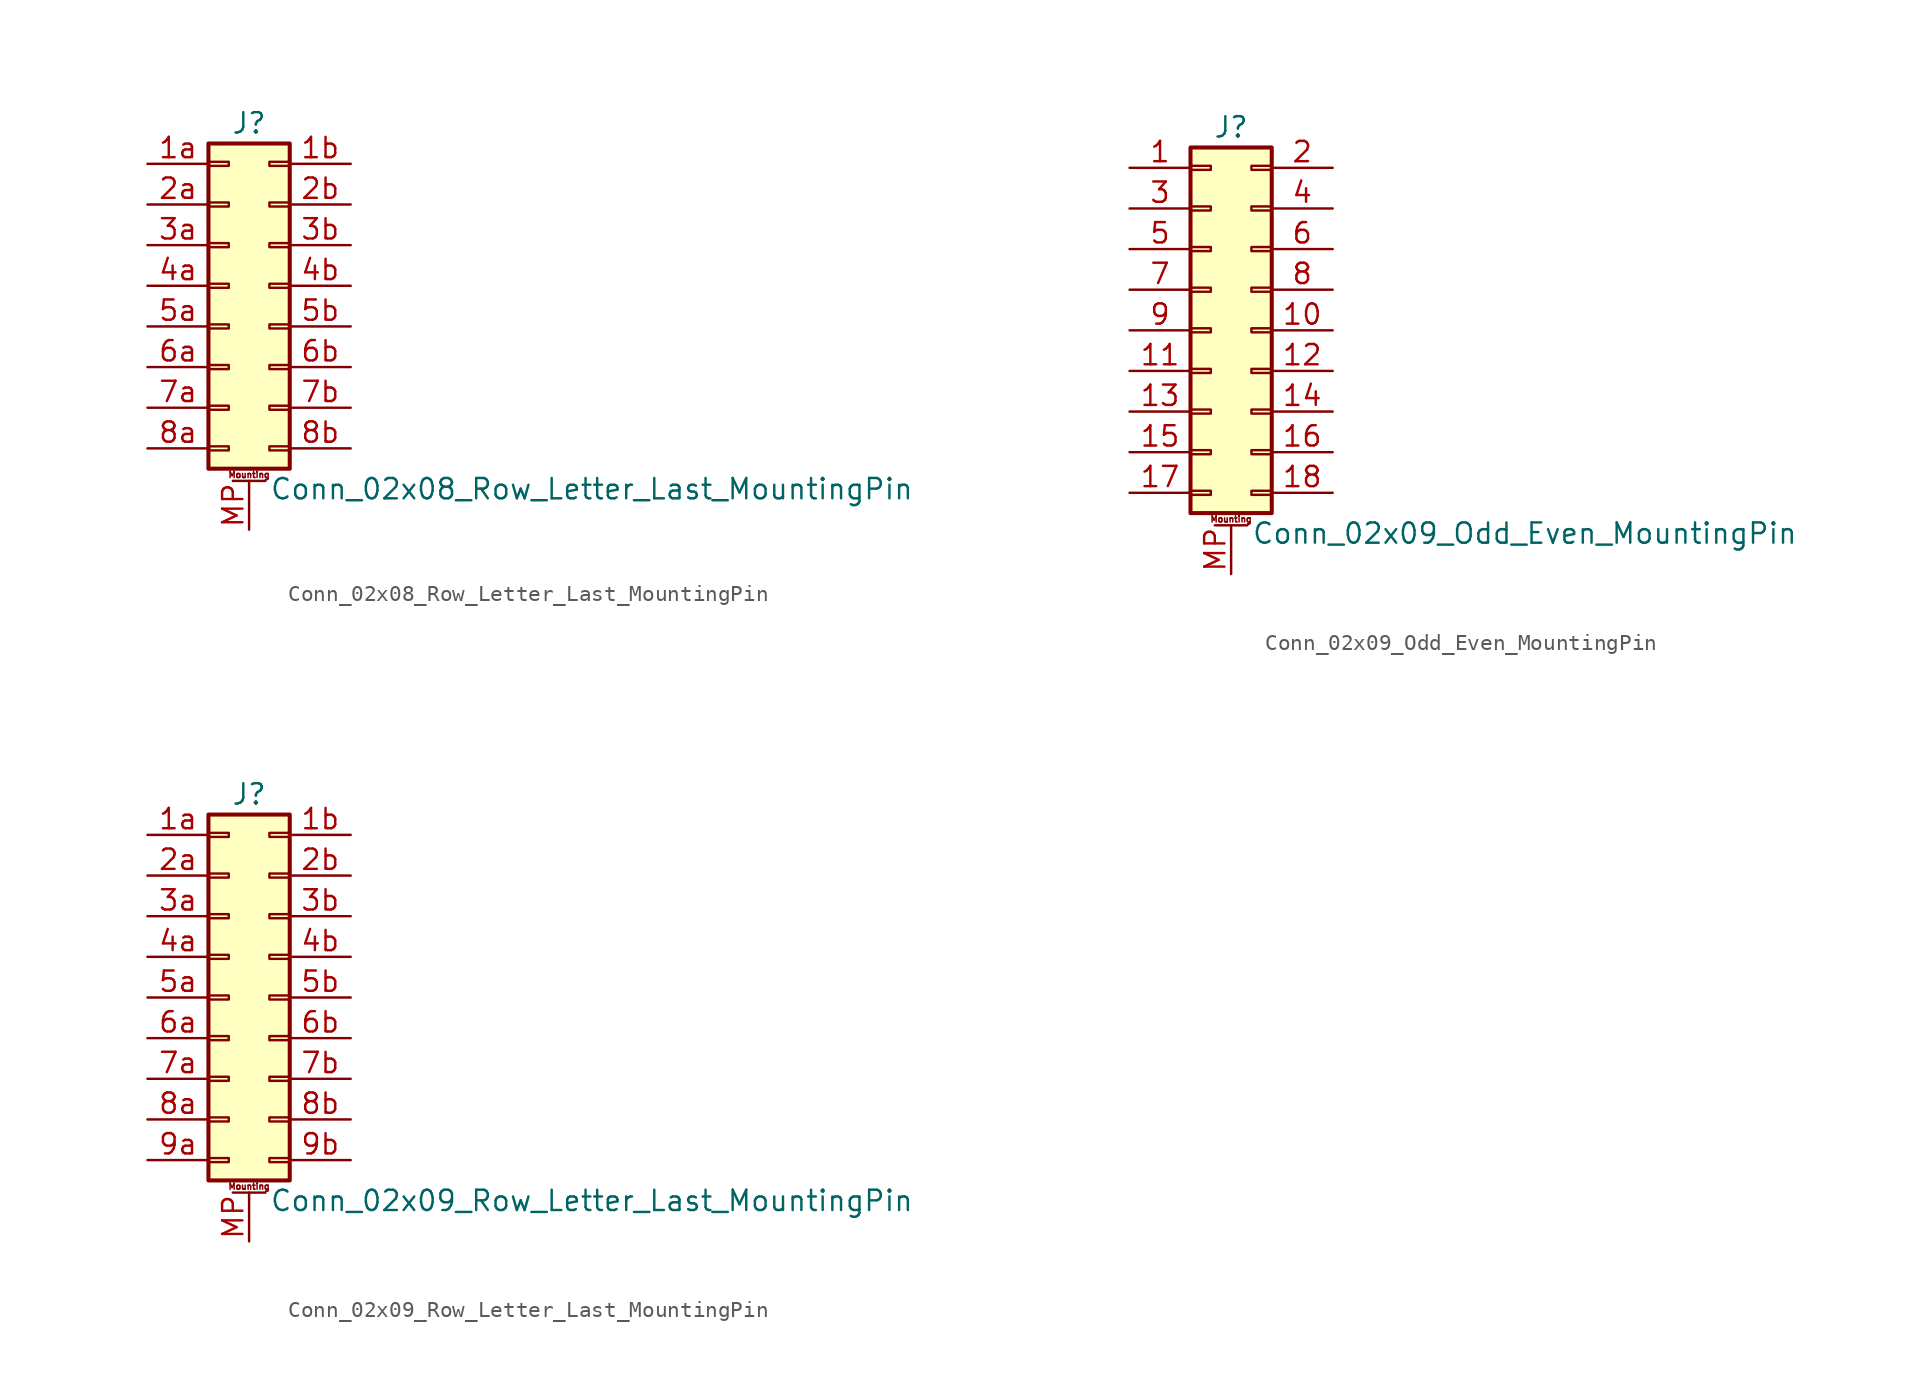
<source format=kicad_sym>
(kicad_symbol_lib
  (version 20201005)
  (generator kicad_symbol_editor)
  (symbol "Conn_02x08_Row_Letter_Last_MountingPin"
    (pin_names
      (offset 1.016) hide)
    (property "Reference" "J"
      (at 1.27 10.16 0)
      (effects (font (size 1.27 1.27))))
    (property "Value" "Conn_02x08_Row_Letter_Last_MountingPin"
      (at 2.54 -12.7 0)
      (effects (font (size 1.27 1.27)) (justify left)))
    (symbol "Conn_02x08_Row_Letter_Last_MountingPin_1_1"
      (text "Mounting" (at 1.27 -11.811 0) (effects (font (size 0.381 0.381))))
      (rectangle (start -1.27 -10.033) (end 0 -10.287) (stroke (width 0.152)) (fill (type none)))
      (rectangle (start -1.27 -7.493) (end 0 -7.747) (stroke (width 0.152)) (fill (type none)))
      (rectangle (start -1.27 -4.953) (end 0 -5.207) (stroke (width 0.152)) (fill (type none)))
      (rectangle (start -1.27 -2.413) (end 0 -2.667) (stroke (width 0.152)) (fill (type none)))
      (rectangle (start -1.27 0.127) (end 0 -0.127) (stroke (width 0.152)) (fill (type none)))
      (rectangle (start -1.27 2.667) (end 0 2.413) (stroke (width 0.152)) (fill (type none)))
      (rectangle (start -1.27 5.207) (end 0 4.953) (stroke (width 0.152)) (fill (type none)))
      (rectangle (start -1.27 7.747) (end 0 7.493) (stroke (width 0.152)) (fill (type none)))
      (rectangle (start 3.81 -10.033) (end 2.54 -10.287) (stroke (width 0.152)) (fill (type none)))
      (rectangle (start 3.81 -7.493) (end 2.54 -7.747) (stroke (width 0.152)) (fill (type none)))
      (rectangle (start 3.81 -4.953) (end 2.54 -5.207) (stroke (width 0.152)) (fill (type none)))
      (rectangle (start 3.81 -2.413) (end 2.54 -2.667) (stroke (width 0.152)) (fill (type none)))
      (rectangle (start 3.81 0.127) (end 2.54 -0.127) (stroke (width 0.152)) (fill (type none)))
      (rectangle (start 3.81 2.667) (end 2.54 2.413) (stroke (width 0.152)) (fill (type none)))
      (rectangle (start 3.81 5.207) (end 2.54 4.953) (stroke (width 0.152)) (fill (type none)))
      (rectangle (start 3.81 7.747) (end 2.54 7.493) (stroke (width 0.152)) (fill (type none)))
      (rectangle (start -1.27 8.89) (end 3.81 -11.43) (stroke (width 0.254)) (fill (type background)))
      (polyline (pts (xy 0.254 -12.192) (xy 2.286 -12.192)) (stroke (width 0.152)) (fill (type none)))
      (pin passive line (at -5.08 7.62 0) (length 3.81) (name "Pin_1a" (effects (font (size 1.27 1.27)))) (number "1a" (effects (font (size 1.27 1.27)))))
      (pin passive line (at 7.62 7.62 180) (length 3.81) (name "Pin_1b" (effects (font (size 1.27 1.27)))) (number "1b" (effects (font (size 1.27 1.27)))))
      (pin passive line (at -5.08 5.08 0) (length 3.81) (name "Pin_2a" (effects (font (size 1.27 1.27)))) (number "2a" (effects (font (size 1.27 1.27)))))
      (pin passive line (at 7.62 5.08 180) (length 3.81) (name "Pin_2b" (effects (font (size 1.27 1.27)))) (number "2b" (effects (font (size 1.27 1.27)))))
      (pin passive line (at -5.08 2.54 0) (length 3.81) (name "Pin_3a" (effects (font (size 1.27 1.27)))) (number "3a" (effects (font (size 1.27 1.27)))))
      (pin passive line (at 7.62 2.54 180) (length 3.81) (name "Pin_3b" (effects (font (size 1.27 1.27)))) (number "3b" (effects (font (size 1.27 1.27)))))
      (pin passive line (at -5.08 0 0) (length 3.81) (name "Pin_4a" (effects (font (size 1.27 1.27)))) (number "4a" (effects (font (size 1.27 1.27)))))
      (pin passive line (at 7.62 0 180) (length 3.81) (name "Pin_4b" (effects (font (size 1.27 1.27)))) (number "4b" (effects (font (size 1.27 1.27)))))
      (pin passive line (at -5.08 -2.54 0) (length 3.81) (name "Pin_5a" (effects (font (size 1.27 1.27)))) (number "5a" (effects (font (size 1.27 1.27)))))
      (pin passive line (at 7.62 -2.54 180) (length 3.81) (name "Pin_5b" (effects (font (size 1.27 1.27)))) (number "5b" (effects (font (size 1.27 1.27)))))
      (pin passive line (at -5.08 -5.08 0) (length 3.81) (name "Pin_6a" (effects (font (size 1.27 1.27)))) (number "6a" (effects (font (size 1.27 1.27)))))
      (pin passive line (at 7.62 -5.08 180) (length 3.81) (name "Pin_6b" (effects (font (size 1.27 1.27)))) (number "6b" (effects (font (size 1.27 1.27)))))
      (pin passive line (at -5.08 -7.62 0) (length 3.81) (name "Pin_7a" (effects (font (size 1.27 1.27)))) (number "7a" (effects (font (size 1.27 1.27)))))
      (pin passive line (at 7.62 -7.62 180) (length 3.81) (name "Pin_7b" (effects (font (size 1.27 1.27)))) (number "7b" (effects (font (size 1.27 1.27)))))
      (pin passive line (at -5.08 -10.16 0) (length 3.81) (name "Pin_8a" (effects (font (size 1.27 1.27)))) (number "8a" (effects (font (size 1.27 1.27)))))
      (pin passive line (at 7.62 -10.16 180) (length 3.81) (name "Pin_8b" (effects (font (size 1.27 1.27)))) (number "8b" (effects (font (size 1.27 1.27)))))
      (pin passive line (at 1.27 -15.24 90) (length 3.048) (name "MountPin" (effects (font (size 1.27 1.27)))) (number "MP" (effects (font (size 1.27 1.27)))))))
  (symbol "Conn_02x09_Odd_Even_MountingPin"
    (pin_names
      (offset 1.016) hide)
    (property "Reference" "J"
      (at 1.27 12.7 0)
      (effects (font (size 1.27 1.27))))
    (property "Value" "Conn_02x09_Odd_Even_MountingPin"
      (at 2.54 -12.7 0)
      (effects (font (size 1.27 1.27)) (justify left)))
    (symbol "Conn_02x09_Odd_Even_MountingPin_1_1"
      (text "Mounting" (at 1.27 -11.811 0) (effects (font (size 0.381 0.381))))
      (rectangle (start -1.27 -10.033) (end 0 -10.287) (stroke (width 0.152)) (fill (type none)))
      (rectangle (start -1.27 -7.493) (end 0 -7.747) (stroke (width 0.152)) (fill (type none)))
      (rectangle (start -1.27 -4.953) (end 0 -5.207) (stroke (width 0.152)) (fill (type none)))
      (rectangle (start -1.27 -2.413) (end 0 -2.667) (stroke (width 0.152)) (fill (type none)))
      (rectangle (start -1.27 0.127) (end 0 -0.127) (stroke (width 0.152)) (fill (type none)))
      (rectangle (start -1.27 2.667) (end 0 2.413) (stroke (width 0.152)) (fill (type none)))
      (rectangle (start -1.27 5.207) (end 0 4.953) (stroke (width 0.152)) (fill (type none)))
      (rectangle (start -1.27 7.747) (end 0 7.493) (stroke (width 0.152)) (fill (type none)))
      (rectangle (start -1.27 10.287) (end 0 10.033) (stroke (width 0.152)) (fill (type none)))
      (rectangle (start 3.81 -10.033) (end 2.54 -10.287) (stroke (width 0.152)) (fill (type none)))
      (rectangle (start 3.81 -7.493) (end 2.54 -7.747) (stroke (width 0.152)) (fill (type none)))
      (rectangle (start 3.81 -4.953) (end 2.54 -5.207) (stroke (width 0.152)) (fill (type none)))
      (rectangle (start 3.81 -2.413) (end 2.54 -2.667) (stroke (width 0.152)) (fill (type none)))
      (rectangle (start 3.81 0.127) (end 2.54 -0.127) (stroke (width 0.152)) (fill (type none)))
      (rectangle (start 3.81 2.667) (end 2.54 2.413) (stroke (width 0.152)) (fill (type none)))
      (rectangle (start 3.81 5.207) (end 2.54 4.953) (stroke (width 0.152)) (fill (type none)))
      (rectangle (start 3.81 7.747) (end 2.54 7.493) (stroke (width 0.152)) (fill (type none)))
      (rectangle (start 3.81 10.287) (end 2.54 10.033) (stroke (width 0.152)) (fill (type none)))
      (rectangle (start -1.27 11.43) (end 3.81 -11.43) (stroke (width 0.254)) (fill (type background)))
      (polyline (pts (xy 0.254 -12.192) (xy 2.286 -12.192)) (stroke (width 0.152)) (fill (type none)))
      (pin passive line (at -5.08 10.16 0) (length 3.81) (name "Pin_1" (effects (font (size 1.27 1.27)))) (number "1" (effects (font (size 1.27 1.27)))))
      (pin passive line (at 7.62 0 180) (length 3.81) (name "Pin_10" (effects (font (size 1.27 1.27)))) (number "10" (effects (font (size 1.27 1.27)))))
      (pin passive line (at -5.08 -2.54 0) (length 3.81) (name "Pin_11" (effects (font (size 1.27 1.27)))) (number "11" (effects (font (size 1.27 1.27)))))
      (pin passive line (at 7.62 -2.54 180) (length 3.81) (name "Pin_12" (effects (font (size 1.27 1.27)))) (number "12" (effects (font (size 1.27 1.27)))))
      (pin passive line (at -5.08 -5.08 0) (length 3.81) (name "Pin_13" (effects (font (size 1.27 1.27)))) (number "13" (effects (font (size 1.27 1.27)))))
      (pin passive line (at 7.62 -5.08 180) (length 3.81) (name "Pin_14" (effects (font (size 1.27 1.27)))) (number "14" (effects (font (size 1.27 1.27)))))
      (pin passive line (at -5.08 -7.62 0) (length 3.81) (name "Pin_15" (effects (font (size 1.27 1.27)))) (number "15" (effects (font (size 1.27 1.27)))))
      (pin passive line (at 7.62 -7.62 180) (length 3.81) (name "Pin_16" (effects (font (size 1.27 1.27)))) (number "16" (effects (font (size 1.27 1.27)))))
      (pin passive line (at -5.08 -10.16 0) (length 3.81) (name "Pin_17" (effects (font (size 1.27 1.27)))) (number "17" (effects (font (size 1.27 1.27)))))
      (pin passive line (at 7.62 -10.16 180) (length 3.81) (name "Pin_18" (effects (font (size 1.27 1.27)))) (number "18" (effects (font (size 1.27 1.27)))))
      (pin passive line (at 7.62 10.16 180) (length 3.81) (name "Pin_2" (effects (font (size 1.27 1.27)))) (number "2" (effects (font (size 1.27 1.27)))))
      (pin passive line (at -5.08 7.62 0) (length 3.81) (name "Pin_3" (effects (font (size 1.27 1.27)))) (number "3" (effects (font (size 1.27 1.27)))))
      (pin passive line (at 7.62 7.62 180) (length 3.81) (name "Pin_4" (effects (font (size 1.27 1.27)))) (number "4" (effects (font (size 1.27 1.27)))))
      (pin passive line (at -5.08 5.08 0) (length 3.81) (name "Pin_5" (effects (font (size 1.27 1.27)))) (number "5" (effects (font (size 1.27 1.27)))))
      (pin passive line (at 7.62 5.08 180) (length 3.81) (name "Pin_6" (effects (font (size 1.27 1.27)))) (number "6" (effects (font (size 1.27 1.27)))))
      (pin passive line (at -5.08 2.54 0) (length 3.81) (name "Pin_7" (effects (font (size 1.27 1.27)))) (number "7" (effects (font (size 1.27 1.27)))))
      (pin passive line (at 7.62 2.54 180) (length 3.81) (name "Pin_8" (effects (font (size 1.27 1.27)))) (number "8" (effects (font (size 1.27 1.27)))))
      (pin passive line (at -5.08 0 0) (length 3.81) (name "Pin_9" (effects (font (size 1.27 1.27)))) (number "9" (effects (font (size 1.27 1.27)))))
      (pin passive line (at 1.27 -15.24 90) (length 3.048) (name "MountPin" (effects (font (size 1.27 1.27)))) (number "MP" (effects (font (size 1.27 1.27)))))))
  (symbol "Conn_02x09_Row_Letter_Last_MountingPin"
    (pin_names
      (offset 1.016) hide)
    (property "Reference" "J"
      (at 1.27 12.7 0)
      (effects (font (size 1.27 1.27))))
    (property "Value" "Conn_02x09_Row_Letter_Last_MountingPin"
      (at 2.54 -12.7 0)
      (effects (font (size 1.27 1.27)) (justify left)))
    (symbol "Conn_02x09_Row_Letter_Last_MountingPin_1_1"
      (text "Mounting" (at 1.27 -11.811 0) (effects (font (size 0.381 0.381))))
      (rectangle (start -1.27 -10.033) (end 0 -10.287) (stroke (width 0.152)) (fill (type none)))
      (rectangle (start -1.27 -7.493) (end 0 -7.747) (stroke (width 0.152)) (fill (type none)))
      (rectangle (start -1.27 -4.953) (end 0 -5.207) (stroke (width 0.152)) (fill (type none)))
      (rectangle (start -1.27 -2.413) (end 0 -2.667) (stroke (width 0.152)) (fill (type none)))
      (rectangle (start -1.27 0.127) (end 0 -0.127) (stroke (width 0.152)) (fill (type none)))
      (rectangle (start -1.27 2.667) (end 0 2.413) (stroke (width 0.152)) (fill (type none)))
      (rectangle (start -1.27 5.207) (end 0 4.953) (stroke (width 0.152)) (fill (type none)))
      (rectangle (start -1.27 7.747) (end 0 7.493) (stroke (width 0.152)) (fill (type none)))
      (rectangle (start -1.27 10.287) (end 0 10.033) (stroke (width 0.152)) (fill (type none)))
      (rectangle (start 3.81 -10.033) (end 2.54 -10.287) (stroke (width 0.152)) (fill (type none)))
      (rectangle (start 3.81 -7.493) (end 2.54 -7.747) (stroke (width 0.152)) (fill (type none)))
      (rectangle (start 3.81 -4.953) (end 2.54 -5.207) (stroke (width 0.152)) (fill (type none)))
      (rectangle (start 3.81 -2.413) (end 2.54 -2.667) (stroke (width 0.152)) (fill (type none)))
      (rectangle (start 3.81 0.127) (end 2.54 -0.127) (stroke (width 0.152)) (fill (type none)))
      (rectangle (start 3.81 2.667) (end 2.54 2.413) (stroke (width 0.152)) (fill (type none)))
      (rectangle (start 3.81 5.207) (end 2.54 4.953) (stroke (width 0.152)) (fill (type none)))
      (rectangle (start 3.81 7.747) (end 2.54 7.493) (stroke (width 0.152)) (fill (type none)))
      (rectangle (start 3.81 10.287) (end 2.54 10.033) (stroke (width 0.152)) (fill (type none)))
      (rectangle (start -1.27 11.43) (end 3.81 -11.43) (stroke (width 0.254)) (fill (type background)))
      (polyline (pts (xy 0.254 -12.192) (xy 2.286 -12.192)) (stroke (width 0.152)) (fill (type none)))
      (pin passive line (at -5.08 10.16 0) (length 3.81) (name "Pin_1a" (effects (font (size 1.27 1.27)))) (number "1a" (effects (font (size 1.27 1.27)))))
      (pin passive line (at 7.62 10.16 180) (length 3.81) (name "Pin_1b" (effects (font (size 1.27 1.27)))) (number "1b" (effects (font (size 1.27 1.27)))))
      (pin passive line (at -5.08 7.62 0) (length 3.81) (name "Pin_2a" (effects (font (size 1.27 1.27)))) (number "2a" (effects (font (size 1.27 1.27)))))
      (pin passive line (at 7.62 7.62 180) (length 3.81) (name "Pin_2b" (effects (font (size 1.27 1.27)))) (number "2b" (effects (font (size 1.27 1.27)))))
      (pin passive line (at -5.08 5.08 0) (length 3.81) (name "Pin_3a" (effects (font (size 1.27 1.27)))) (number "3a" (effects (font (size 1.27 1.27)))))
      (pin passive line (at 7.62 5.08 180) (length 3.81) (name "Pin_3b" (effects (font (size 1.27 1.27)))) (number "3b" (effects (font (size 1.27 1.27)))))
      (pin passive line (at -5.08 2.54 0) (length 3.81) (name "Pin_4a" (effects (font (size 1.27 1.27)))) (number "4a" (effects (font (size 1.27 1.27)))))
      (pin passive line (at 7.62 2.54 180) (length 3.81) (name "Pin_4b" (effects (font (size 1.27 1.27)))) (number "4b" (effects (font (size 1.27 1.27)))))
      (pin passive line (at -5.08 0 0) (length 3.81) (name "Pin_5a" (effects (font (size 1.27 1.27)))) (number "5a" (effects (font (size 1.27 1.27)))))
      (pin passive line (at 7.62 0 180) (length 3.81) (name "Pin_5b" (effects (font (size 1.27 1.27)))) (number "5b" (effects (font (size 1.27 1.27)))))
      (pin passive line (at -5.08 -2.54 0) (length 3.81) (name "Pin_6a" (effects (font (size 1.27 1.27)))) (number "6a" (effects (font (size 1.27 1.27)))))
      (pin passive line (at 7.62 -2.54 180) (length 3.81) (name "Pin_6b" (effects (font (size 1.27 1.27)))) (number "6b" (effects (font (size 1.27 1.27)))))
      (pin passive line (at -5.08 -5.08 0) (length 3.81) (name "Pin_7a" (effects (font (size 1.27 1.27)))) (number "7a" (effects (font (size 1.27 1.27)))))
      (pin passive line (at 7.62 -5.08 180) (length 3.81) (name "Pin_7b" (effects (font (size 1.27 1.27)))) (number "7b" (effects (font (size 1.27 1.27)))))
      (pin passive line (at -5.08 -7.62 0) (length 3.81) (name "Pin_8a" (effects (font (size 1.27 1.27)))) (number "8a" (effects (font (size 1.27 1.27)))))
      (pin passive line (at 7.62 -7.62 180) (length 3.81) (name "Pin_8b" (effects (font (size 1.27 1.27)))) (number "8b" (effects (font (size 1.27 1.27)))))
      (pin passive line (at -5.08 -10.16 0) (length 3.81) (name "Pin_9a" (effects (font (size 1.27 1.27)))) (number "9a" (effects (font (size 1.27 1.27)))))
      (pin passive line (at 7.62 -10.16 180) (length 3.81) (name "Pin_9b" (effects (font (size 1.27 1.27)))) (number "9b" (effects (font (size 1.27 1.27)))))
      (pin passive line (at 1.27 -15.24 90) (length 3.048) (name "MountPin" (effects (font (size 1.27 1.27)))) (number "MP" (effects (font (size 1.27 1.27))))))))
</source>
